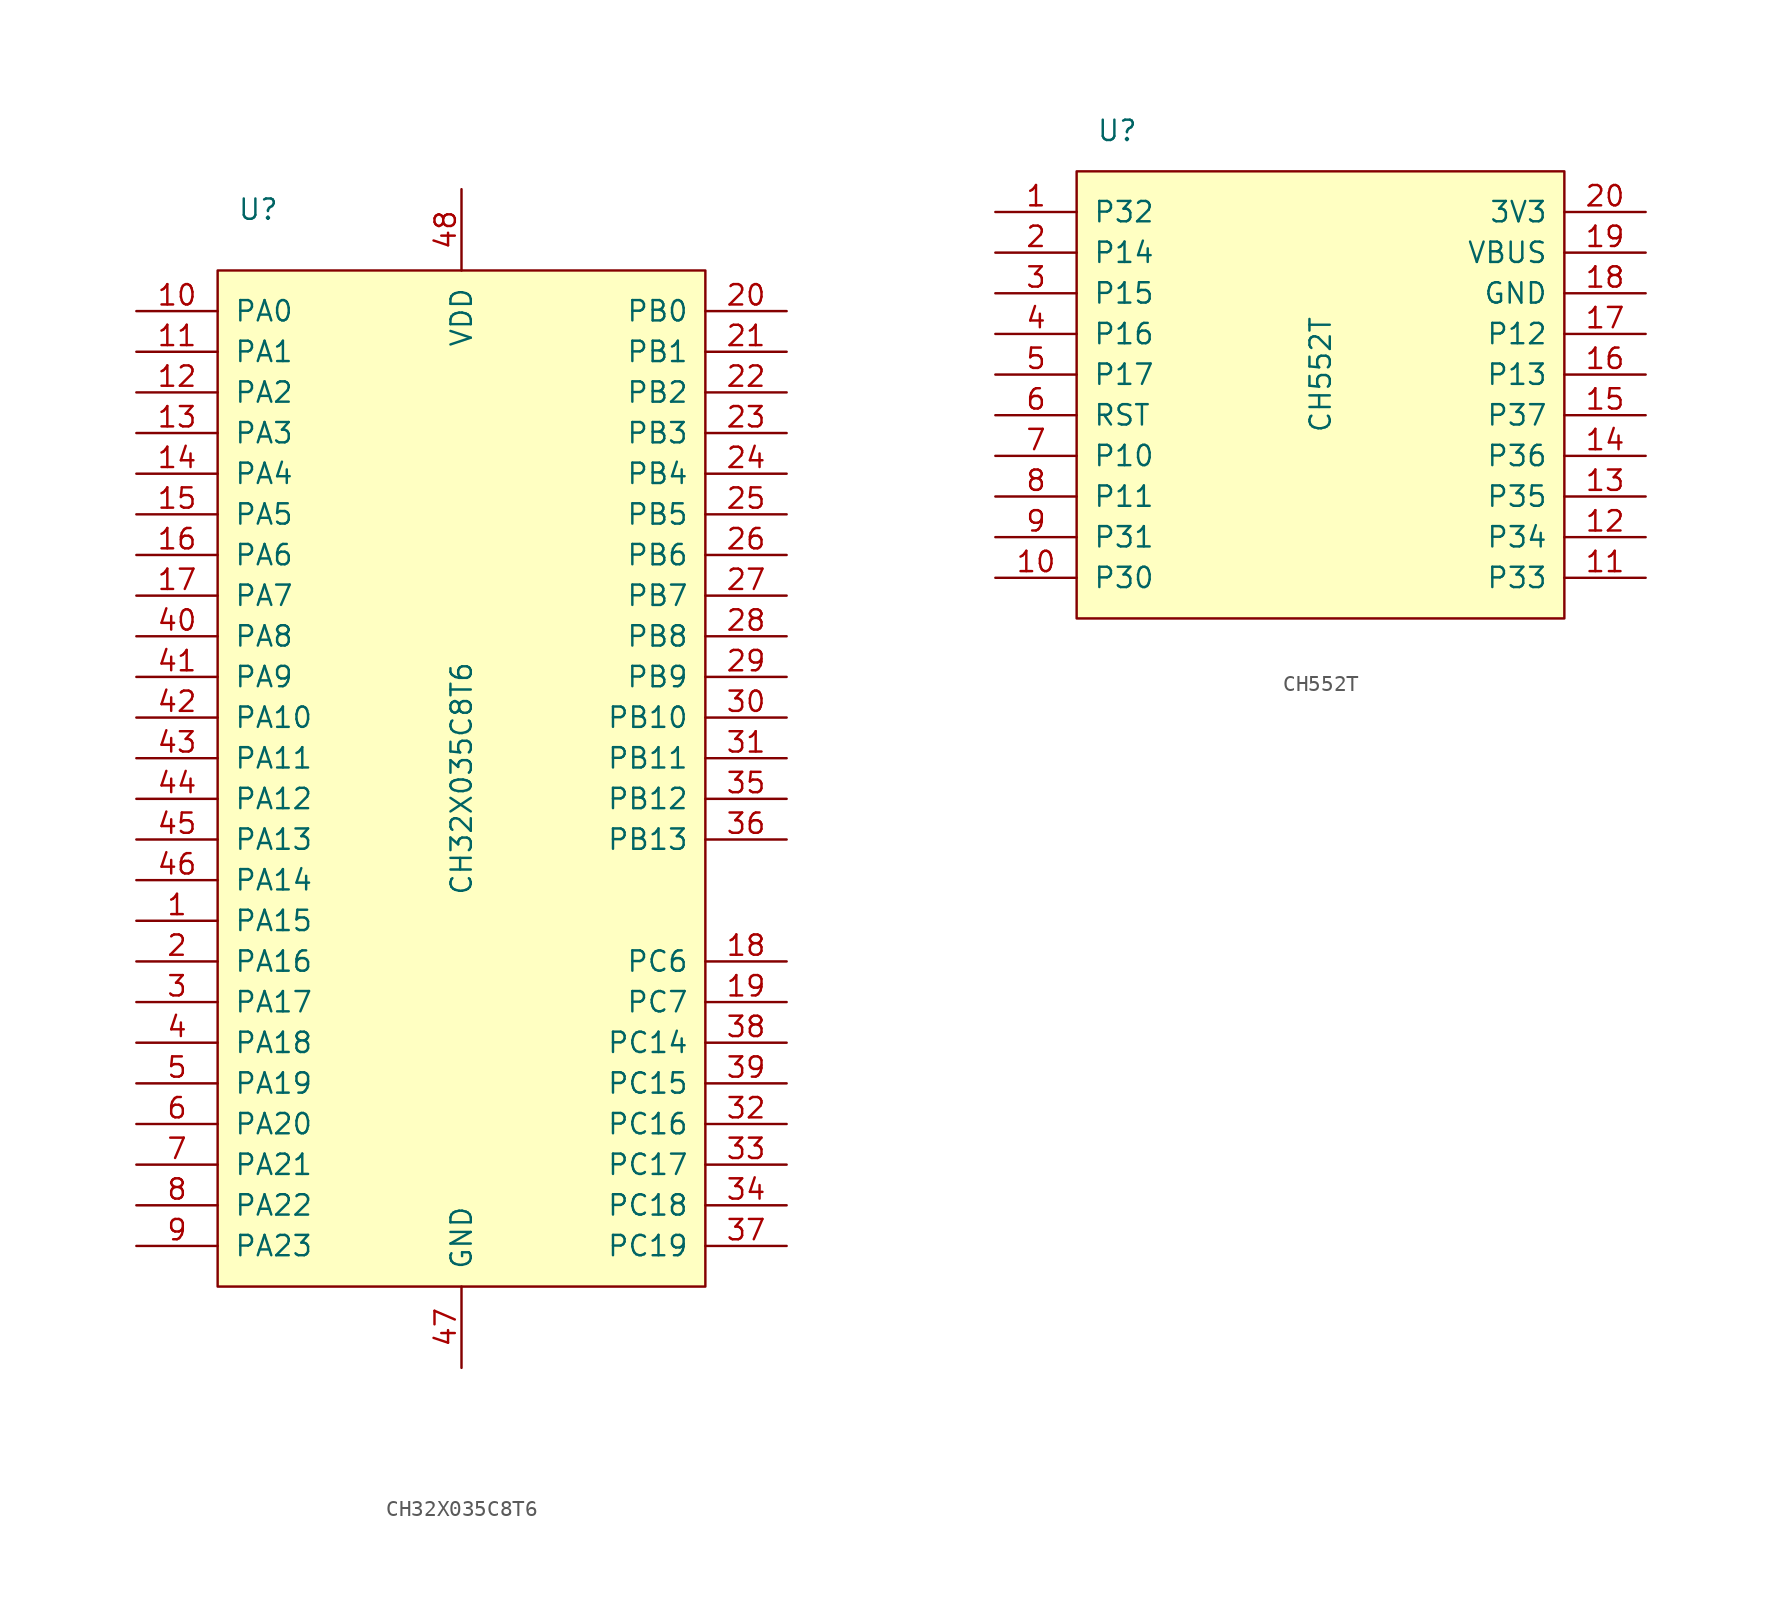
<source format=kicad_sym>
(kicad_symbol_lib
  (version 20231120)
  (generator "kicad_symbol_editor")
  (generator_version "8.0")
  (symbol "CH32X035C8T6"
    (pin_names
      (offset 1.016))
    (property "Reference" "U"
      (at -12.7 35.56 0)
      (effects (font (size 1.27 1.27))))
    (property "Value" "CH32X035C8T6"
      (at 0 0 90)
      (effects (font (size 1.27 1.27))))
    (symbol "CH32X035C8T6_0_1"
      (rectangle (start -15.24 31.75) (end 15.24 -31.75) (stroke (width 0) (type solid)) (fill (type background))))
    (symbol "CH32X035C8T6_1_1"
      (pin bidirectional line (at -20.32 -8.89 0) (length 5.08) (name "PA15" (effects (font (size 1.27 1.27)))) (number "1" (effects (font (size 1.27 1.27)))))
      (pin bidirectional line (at -20.32 29.21 0) (length 5.08) (name "PA0" (effects (font (size 1.27 1.27)))) (number "10" (effects (font (size 1.27 1.27)))) (alternate "A0" bidirectional line) (alternate "C1P1" bidirectional line) (alternate "CTS2" bidirectional line) (alternate "T2C1" bidirectional line))
      (pin bidirectional line (at -20.32 26.67 0) (length 5.08) (name "PA1" (effects (font (size 1.27 1.27)))) (number "11" (effects (font (size 1.27 1.27)))) (alternate " CTS2_" bidirectional line) (alternate "A1" bidirectional line) (alternate "C1O" bidirectional line) (alternate "O1N2" bidirectional line) (alternate "O2N2" bidirectional line) (alternate "RTS2" bidirectional line) (alternate "T2C2" bidirectional line))
      (pin bidirectional line (at -20.32 24.13 0) (length 5.08) (name "PA2" (effects (font (size 1.27 1.27)))) (number "12" (effects (font (size 1.27 1.27)))) (alternate "A2" bidirectional line) (alternate "C3N0" bidirectional line) (alternate "O2O1" bidirectional line) (alternate "RTS2_" bidirectional line) (alternate "T2C3" bidirectional line) (alternate "T2ET_" bidirectional line) (alternate "TX2" bidirectional line))
      (pin bidirectional line (at -20.32 21.59 0) (length 5.08) (name "PA3" (effects (font (size 1.27 1.27)))) (number "13" (effects (font (size 1.27 1.27)))) (alternate "A3" bidirectional line) (alternate "CTS3_" bidirectional line) (alternate "O1O0" bidirectional line) (alternate "RX2" bidirectional line) (alternate "T2C4" bidirectional line) (alternate "T3C1_" bidirectional line))
      (pin bidirectional line (at -20.32 19.05 0) (length 5.08) (name "PA4" (effects (font (size 1.27 1.27)))) (number "14" (effects (font (size 1.27 1.27)))) (alternate "A4" power_out line) (alternate "CS" power_out line) (alternate "O2O0" power_out line) (alternate "RTS3_" bidirectional line) (alternate "T3C2_" power_out line))
      (pin bidirectional line (at -20.32 16.51 0) (length 5.08) (name "PA5" (effects (font (size 1.27 1.27)))) (number "15" (effects (font (size 1.27 1.27)))) (alternate "A5" power_out line) (alternate "CTS4_" bidirectional line) (alternate "O2N0" power_out line) (alternate "SCK" power_out line) (alternate "TX4_" power_out line))
      (pin bidirectional line (at -20.32 13.97 0) (length 5.08) (name "PA6" (effects (font (size 1.27 1.27)))) (number "16" (effects (font (size 1.27 1.27)))) (alternate "A6" bidirectional line) (alternate "MISO" bidirectional line) (alternate "O1N0" bidirectional line) (alternate "RTS4_" bidirectional line) (alternate "T1BK_" bidirectional line) (alternate "T3C1" bidirectional line))
      (pin input line (at -20.32 11.43 0) (length 5.08) (name "PA7" (effects (font (size 1.27 1.27)))) (number "17" (effects (font (size 1.27 1.27)))) (alternate "A7" input line) (alternate "CTS4_" input line) (alternate "MOSI" bidirectional line) (alternate "O2P0" bidirectional line) (alternate "T1C1N_" bidirectional line) (alternate "T3C2" bidirectional line) (alternate "TX1_" input line))
      (pin bidirectional line (at 20.32 -11.43 180) (length 5.08) (name "PC6" (effects (font (size 1.27 1.27)))) (number "18" (effects (font (size 1.27 1.27)))) (alternate "T1C2N_" bidirectional line))
      (pin bidirectional line (at 20.32 -13.97 180) (length 5.08) (name "PC7" (effects (font (size 1.27 1.27)))) (number "19" (effects (font (size 1.27 1.27)))) (alternate "T1C3N_" bidirectional line))
      (pin bidirectional line (at -20.32 -11.43 0) (length 5.08) (name "PA16" (effects (font (size 1.27 1.27)))) (number "2" (effects (font (size 1.27 1.27)))))
      (pin input line (at 20.32 29.21 180) (length 5.08) (name "PB0" (effects (font (size 1.27 1.27)))) (number "20" (effects (font (size 1.27 1.27)))) (alternate "A8" bidirectional line) (alternate "O1P0" bidirectional line) (alternate "T1C2N_" bidirectional line) (alternate "TX4" bidirectional line))
      (pin bidirectional line (at 20.32 26.67 180) (length 5.08) (name "PB1" (effects (font (size 1.27 1.27)))) (number "21" (effects (font (size 1.27 1.27)))) (alternate "A9" bidirectional line) (alternate "O2N1" bidirectional line) (alternate "RX4" bidirectional line) (alternate "T1C3N_" bidirectional line))
      (pin bidirectional line (at 20.32 24.13 180) (length 5.08) (name "PB2" (effects (font (size 1.27 1.27)))) (number "22" (effects (font (size 1.27 1.27)))) (alternate "C2O" input line) (alternate "RX1_" input line))
      (pin bidirectional line (at 20.32 21.59 180) (length 5.08) (name "PB3" (effects (font (size 1.27 1.27)))) (number "23" (effects (font (size 1.27 1.27)))) (alternate "C3O" input line) (alternate "O2P1" input line) (alternate "T2C3N_" input line) (alternate "T2C3_" input line) (alternate "TX3" input line))
      (pin bidirectional line (at 20.32 19.05 180) (length 5.08) (name "PB4" (effects (font (size 1.27 1.27)))) (number "24" (effects (font (size 1.27 1.27)))) (alternate "O1P2" input line) (alternate "RX3" input line) (alternate "T2BK_" input line) (alternate "T2C4_" input line) (alternate "T3C1_" input line))
      (pin bidirectional line (at 20.32 16.51 180) (length 5.08) (name "PB5" (effects (font (size 1.27 1.27)))) (number "25" (effects (font (size 1.27 1.27)))) (alternate "O1O1" input line) (alternate "T1BK" input line) (alternate "T3C2_" input line))
      (pin bidirectional line (at 20.32 13.97 180) (length 5.08) (name "PB6" (effects (font (size 1.27 1.27)))) (number "26" (effects (font (size 1.27 1.27)))) (alternate "CTS3" input line) (alternate "O1N1" input line) (alternate "T1C1N" input line))
      (pin bidirectional line (at 20.32 11.43 180) (length 5.08) (name "PB7" (effects (font (size 1.27 1.27)))) (number "27" (effects (font (size 1.27 1.27)))) (alternate "O2P2" bidirectional line) (alternate "RTS3_" bidirectional line) (alternate "T1C2N" bidirectional line))
      (pin bidirectional line (at 20.32 8.89 180) (length 5.08) (name "PB8" (effects (font (size 1.27 1.27)))) (number "28" (effects (font (size 1.27 1.27)))) (alternate "O1P1" bidirectional line) (alternate "T1C3N" bidirectional line))
      (pin bidirectional line (at 20.32 6.35 180) (length 5.08) (name "PB9" (effects (font (size 1.27 1.27)))) (number "29" (effects (font (size 1.27 1.27)))) (alternate "MCO" bidirectional line) (alternate "T1C1" bidirectional line) (alternate "TX4_" bidirectional line))
      (pin bidirectional line (at -20.32 -13.97 0) (length 5.08) (name "PA17" (effects (font (size 1.27 1.27)))) (number "3" (effects (font (size 1.27 1.27)))))
      (pin bidirectional line (at 20.32 3.81 180) (length 5.08) (name "PB10" (effects (font (size 1.27 1.27)))) (number "30" (effects (font (size 1.27 1.27)))) (alternate "T1C2" bidirectional line) (alternate "TX1" bidirectional line))
      (pin bidirectional line (at 20.32 1.27 180) (length 5.08) (name "PB11" (effects (font (size 1.27 1.27)))) (number "31" (effects (font (size 1.27 1.27)))) (alternate "RX1" bidirectional line) (alternate "T1C3" bidirectional line) (alternate "T2C1N_" bidirectional line))
      (pin input line (at 20.32 -21.59 180) (length 5.08) (name "PC16" (effects (font (size 1.27 1.27)))) (number "32" (effects (font (size 1.27 1.27)))) (alternate "CTS1" input line) (alternate "I2C_" input line) (alternate "PC11" input line) (alternate "RX4_" input line) (alternate "T1C4" input line) (alternate "TX4_" input line) (alternate "UDM" input line))
      (pin input line (at 20.32 -24.13 180) (length 5.08) (name "PC17" (effects (font (size 1.27 1.27)))) (number "33" (effects (font (size 1.27 1.27)))) (alternate "I2C_" input line) (alternate "PC10" input line) (alternate "RTS1" input line) (alternate "RX4_" input line) (alternate "T1ET" input line) (alternate "TX4_" input line) (alternate "UDP" input line))
      (pin bidirectional line (at 20.32 -26.67 180) (length 5.08) (name "PC18" (effects (font (size 1.27 1.27)))) (number "34" (effects (font (size 1.27 1.27)))) (alternate "DIO" bidirectional line) (alternate "I2C_" bidirectional line) (alternate "T1ET_" bidirectional line) (alternate "T2C1N_" bidirectional line) (alternate "T3C2_" bidirectional line) (alternate "TX3_" bidirectional line))
      (pin bidirectional line (at 20.32 -1.27 180) (length 5.08) (name "PB12" (effects (font (size 1.27 1.27)))) (number "35" (effects (font (size 1.27 1.27)))) (alternate "T1C4_" bidirectional line) (alternate "T2C2N_" bidirectional line))
      (pin bidirectional line (at 20.32 -3.81 180) (length 5.08) (name "PB13" (effects (font (size 1.27 1.27)))) (number "36" (effects (font (size 1.27 1.27)))) (alternate "TX4_" bidirectional line))
      (pin bidirectional line (at 20.32 -29.21 180) (length 5.08) (name "PC19" (effects (font (size 1.27 1.27)))) (number "37" (effects (font (size 1.27 1.27)))) (alternate "C1P0" power_out line) (alternate "DCK" power_out line) (alternate "I2C_" power_out line) (alternate "RX3_" power_out line) (alternate "RX4_" bidirectional line) (alternate "T2C1_" power_out line) (alternate "T3C1_" power_out line))
      (pin bidirectional line (at 20.32 -16.51 180) (length 5.08) (name "PC14" (effects (font (size 1.27 1.27)))) (number "38" (effects (font (size 1.27 1.27)))) (alternate "CC1" bidirectional line) (alternate "T1C3_" bidirectional line) (alternate "T2C2_" bidirectional line))
      (pin bidirectional line (at 20.32 -19.05 180) (length 5.08) (name "PC15" (effects (font (size 1.27 1.27)))) (number "39" (effects (font (size 1.27 1.27)))) (alternate "CC2" bidirectional line) (alternate "T1ET_" bidirectional line) (alternate "T2C3_" bidirectional line))
      (pin bidirectional line (at -20.32 -16.51 0) (length 5.08) (name "PA18" (effects (font (size 1.27 1.27)))) (number "4" (effects (font (size 1.27 1.27)))))
      (pin bidirectional line (at -20.32 8.89 0) (length 5.08) (name "PA8" (effects (font (size 1.27 1.27)))) (number "40" (effects (font (size 1.27 1.27)))) (alternate "RTS1_" bidirectional line) (alternate "RTS4" bidirectional line))
      (pin bidirectional line (at -20.32 6.35 0) (length 5.08) (name "PA9" (effects (font (size 1.27 1.27)))) (number "41" (effects (font (size 1.27 1.27)))) (alternate "CTS1_" bidirectional line) (alternate "MISO_" bidirectional line) (alternate "RX4_" bidirectional line) (alternate "T2BK_" bidirectional line))
      (pin bidirectional line (at -20.32 3.81 0) (length 5.08) (name "PA10" (effects (font (size 1.27 1.27)))) (number "42" (effects (font (size 1.27 1.27)))) (alternate "MOSI_" bidirectional line) (alternate "RX4_" bidirectional line) (alternate "SCL" bidirectional line) (alternate "TX1_" bidirectional line))
      (pin bidirectional line (at -20.32 1.27 0) (length 5.08) (name "PA11" (effects (font (size 1.27 1.27)))) (number "43" (effects (font (size 1.27 1.27)))) (alternate "C2P1" bidirectional line) (alternate "RX1_" bidirectional line) (alternate "SCK_" bidirectional line) (alternate "SDA" bidirectional line))
      (pin bidirectional line (at -20.32 -1.27 0) (length 5.08) (name "PA12" (effects (font (size 1.27 1.27)))) (number "44" (effects (font (size 1.27 1.27)))) (alternate "C2P0" bidirectional line) (alternate "CS_" bidirectional line) (alternate "T2C1N_" bidirectional line) (alternate "T2C2_" bidirectional line))
      (pin bidirectional line (at -20.32 -3.81 0) (length 5.08) (name "PA13" (effects (font (size 1.27 1.27)))) (number "45" (effects (font (size 1.27 1.27)))) (alternate "C3P0" bidirectional line) (alternate "CTS1_" bidirectional line) (alternate "RTS4_" bidirectional line) (alternate "SCL_" bidirectional line) (alternate "T2C2N_" bidirectional line) (alternate "T2C3_" bidirectional line))
      (pin bidirectional line (at -20.32 -6.35 0) (length 5.08) (name "PA14" (effects (font (size 1.27 1.27)))) (number "46" (effects (font (size 1.27 1.27)))) (alternate "C3P1" bidirectional line) (alternate "CTS4_" bidirectional line) (alternate "RTS1_" bidirectional line) (alternate "SDA_" bidirectional line) (alternate "T2C3N_" bidirectional line))
      (pin power_in line (at 0 -36.83 90) (length 5.08) (name "GND" (effects (font (size 1.27 1.27)))) (number "47" (effects (font (size 1.27 1.27)))))
      (pin power_in line (at 0 36.83 270) (length 5.08) (name "VDD" (effects (font (size 1.27 1.27)))) (number "48" (effects (font (size 1.27 1.27)))))
      (pin bidirectional line (at -20.32 -19.05 0) (length 5.08) (name "PA19" (effects (font (size 1.27 1.27)))) (number "5" (effects (font (size 1.27 1.27)))))
      (pin bidirectional line (at -20.32 -21.59 0) (length 5.08) (name "PA20" (effects (font (size 1.27 1.27)))) (number "6" (effects (font (size 1.27 1.27)))))
      (pin bidirectional line (at -20.32 -24.13 0) (length 5.08) (name "PA21" (effects (font (size 1.27 1.27)))) (number "7" (effects (font (size 1.27 1.27)))) (alternate "RST" bidirectional line) (alternate "RTS2_" bidirectional line) (alternate "T2C1N" bidirectional line))
      (pin bidirectional line (at -20.32 -26.67 0) (length 5.08) (name "PA22" (effects (font (size 1.27 1.27)))) (number "8" (effects (font (size 1.27 1.27)))))
      (pin bidirectional line (at -20.32 -29.21 0) (length 5.08) (name "PA23" (effects (font (size 1.27 1.27)))) (number "9" (effects (font (size 1.27 1.27)))))))
  (symbol "CH552T"
    (pin_names
      (offset 1.016))
    (property "Reference" "U"
      (at -12.7 27.94 0)
      (effects (font (size 1.27 1.27))))
    (property "Value" "CH552T"
      (at 0 12.7 90)
      (effects (font (size 1.27 1.27))))
    (symbol "CH552T_0_1"
      (rectangle (start -15.24 25.4) (end 15.24 -2.54) (stroke (width 0) (type solid)) (fill (type background))))
    (symbol "CH552T_1_1"
      (pin bidirectional line (at -20.32 22.86 0) (length 5.08) (name "P32" (effects (font (size 1.27 1.27)))) (number "1" (effects (font (size 1.27 1.27)))))
      (pin bidirectional line (at -20.32 0 0) (length 5.08) (name "P30" (effects (font (size 1.27 1.27)))) (number "10" (effects (font (size 1.27 1.27)))))
      (pin bidirectional line (at 20.32 0 180) (length 5.08) (name "P33" (effects (font (size 1.27 1.27)))) (number "11" (effects (font (size 1.27 1.27)))))
      (pin bidirectional line (at 20.32 2.54 180) (length 5.08) (name "P34" (effects (font (size 1.27 1.27)))) (number "12" (effects (font (size 1.27 1.27)))))
      (pin bidirectional line (at 20.32 5.08 180) (length 5.08) (name "P35" (effects (font (size 1.27 1.27)))) (number "13" (effects (font (size 1.27 1.27)))))
      (pin bidirectional line (at 20.32 7.62 180) (length 5.08) (name "P36" (effects (font (size 1.27 1.27)))) (number "14" (effects (font (size 1.27 1.27)))))
      (pin bidirectional line (at 20.32 10.16 180) (length 5.08) (name "P37" (effects (font (size 1.27 1.27)))) (number "15" (effects (font (size 1.27 1.27)))))
      (pin bidirectional line (at 20.32 12.7 180) (length 5.08) (name "P13" (effects (font (size 1.27 1.27)))) (number "16" (effects (font (size 1.27 1.27)))))
      (pin bidirectional line (at 20.32 15.24 180) (length 5.08) (name "P12" (effects (font (size 1.27 1.27)))) (number "17" (effects (font (size 1.27 1.27)))))
      (pin power_out line (at 20.32 17.78 180) (length 5.08) (name "GND" (effects (font (size 1.27 1.27)))) (number "18" (effects (font (size 1.27 1.27)))))
      (pin power_out line (at 20.32 20.32 180) (length 5.08) (name "VBUS" (effects (font (size 1.27 1.27)))) (number "19" (effects (font (size 1.27 1.27)))))
      (pin bidirectional line (at -20.32 20.32 0) (length 5.08) (name "P14" (effects (font (size 1.27 1.27)))) (number "2" (effects (font (size 1.27 1.27)))))
      (pin power_out line (at 20.32 22.86 180) (length 5.08) (name "3V3" (effects (font (size 1.27 1.27)))) (number "20" (effects (font (size 1.27 1.27)))))
      (pin bidirectional line (at -20.32 17.78 0) (length 5.08) (name "P15" (effects (font (size 1.27 1.27)))) (number "3" (effects (font (size 1.27 1.27)))))
      (pin bidirectional line (at -20.32 15.24 0) (length 5.08) (name "P16" (effects (font (size 1.27 1.27)))) (number "4" (effects (font (size 1.27 1.27)))))
      (pin bidirectional line (at -20.32 12.7 0) (length 5.08) (name "P17" (effects (font (size 1.27 1.27)))) (number "5" (effects (font (size 1.27 1.27)))))
      (pin bidirectional line (at -20.32 10.16 0) (length 5.08) (name "RST" (effects (font (size 1.27 1.27)))) (number "6" (effects (font (size 1.27 1.27)))))
      (pin bidirectional line (at -20.32 7.62 0) (length 5.08) (name "P10" (effects (font (size 1.27 1.27)))) (number "7" (effects (font (size 1.27 1.27)))))
      (pin bidirectional line (at -20.32 5.08 0) (length 5.08) (name "P11" (effects (font (size 1.27 1.27)))) (number "8" (effects (font (size 1.27 1.27)))))
      (pin bidirectional line (at -20.32 2.54 0) (length 5.08) (name "P31" (effects (font (size 1.27 1.27)))) (number "9" (effects (font (size 1.27 1.27))))))))
</source>
